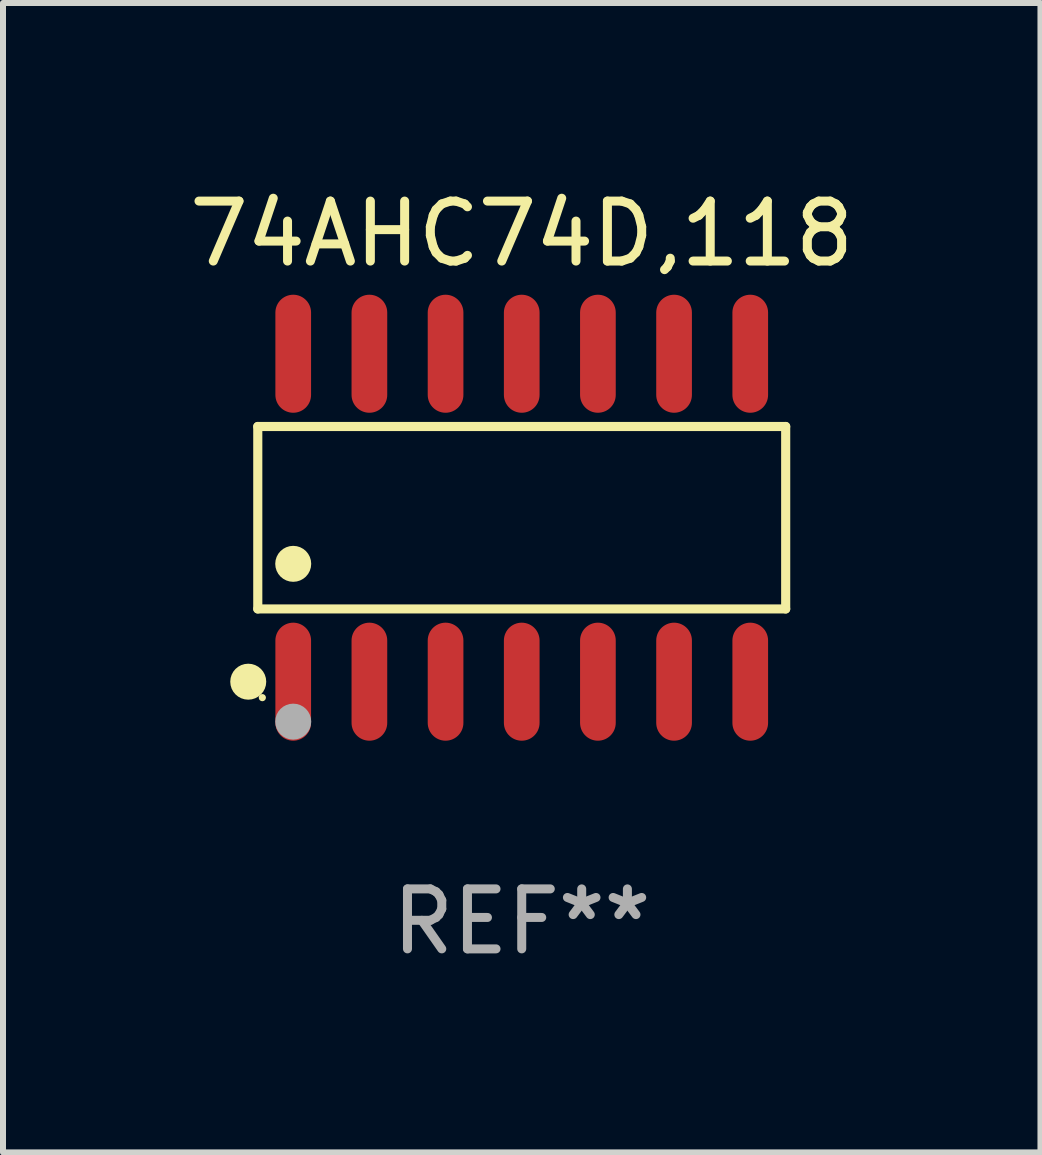
<source format=kicad_pcb>
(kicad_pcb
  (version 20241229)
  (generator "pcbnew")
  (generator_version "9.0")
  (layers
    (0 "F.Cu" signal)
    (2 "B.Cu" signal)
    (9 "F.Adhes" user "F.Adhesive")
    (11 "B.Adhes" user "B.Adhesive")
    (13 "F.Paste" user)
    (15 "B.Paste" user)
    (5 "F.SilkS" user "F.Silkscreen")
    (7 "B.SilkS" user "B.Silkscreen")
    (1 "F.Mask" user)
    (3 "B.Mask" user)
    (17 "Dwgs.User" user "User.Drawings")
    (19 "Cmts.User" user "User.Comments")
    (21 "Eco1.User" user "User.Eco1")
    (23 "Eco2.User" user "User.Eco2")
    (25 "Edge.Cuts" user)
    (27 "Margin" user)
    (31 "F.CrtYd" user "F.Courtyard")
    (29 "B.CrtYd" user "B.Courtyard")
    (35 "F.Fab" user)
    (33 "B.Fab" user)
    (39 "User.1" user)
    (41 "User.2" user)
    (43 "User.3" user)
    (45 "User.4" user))
  (footprint "74AHC74D,118"
    (layer "F.Cu")
    (at 5.649 5.582)
    (property "Reference" "74AHC74D,118" (at 0 -4.734 0) (layer "F.SilkS") (effects (font (size 1 1) (thickness 0.15))))
    (attr through_hole)
    (fp_line (start -4.401 -1.521) (end 4.401 -1.521) (stroke (width 0.152) (type solid)) (layer "F.SilkS"))
    (fp_line (start -4.401 1.521) (end -4.401 -1.521) (stroke (width 0.152) (type solid)) (layer "F.SilkS"))
    (fp_line (start 4.401 -1.521) (end 4.401 1.521) (stroke (width 0.152) (type solid)) (layer "F.SilkS"))
    (fp_line (start 4.401 1.521) (end -4.401 1.521) (stroke (width 0.152) (type solid)) (layer "F.SilkS"))
    (fp_circle (center -4.56 2.734) (end -4.41 2.734) (stroke (width 0.3) (type solid)) (fill no) (layer "F.SilkS"))
    (fp_circle (center -4.325 3) (end -4.295 3) (stroke (width 0.06) (type solid)) (fill no) (layer "F.SilkS"))
    (fp_circle (center -3.81 0.769) (end -3.66 0.769) (stroke (width 0.3) (type solid)) (fill no) (layer "F.SilkS"))
    (fp_circle (center -3.81 3.4) (end -3.66 3.4) (stroke (width 0.3) (type solid)) (fill no) (layer "F.Fab"))
    (fp_text user "REF**" (at 0 6.734 0) (layer "F.Fab") (effects (font (size 1 1) (thickness 0.15))))
    (pad "1" smd oval (at -3.81 2.734) (size 0.595 1.968) (layers "F.Cu" "F.Mask" "F.Paste"))
    (pad "2" smd oval (at -2.54 2.734) (size 0.595 1.968) (layers "F.Cu" "F.Mask" "F.Paste"))
    (pad "3" smd oval (at -1.27 2.734) (size 0.595 1.968) (layers "F.Cu" "F.Mask" "F.Paste"))
    (pad "4" smd oval (at 0 2.734) (size 0.595 1.968) (layers "F.Cu" "F.Mask" "F.Paste"))
    (pad "5" smd oval (at 1.27 2.734) (size 0.595 1.968) (layers "F.Cu" "F.Mask" "F.Paste"))
    (pad "6" smd oval (at 2.54 2.734) (size 0.595 1.968) (layers "F.Cu" "F.Mask" "F.Paste"))
    (pad "7" smd oval (at 3.81 2.734) (size 0.595 1.968) (layers "F.Cu" "F.Mask" "F.Paste"))
    (pad "8" smd oval (at 3.81 -2.734) (size 0.595 1.968) (layers "F.Cu" "F.Mask" "F.Paste"))
    (pad "9" smd oval (at 2.54 -2.734) (size 0.595 1.968) (layers "F.Cu" "F.Mask" "F.Paste"))
    (pad "10" smd oval (at 1.27 -2.734) (size 0.595 1.968) (layers "F.Cu" "F.Mask" "F.Paste"))
    (pad "11" smd oval (at 0 -2.734) (size 0.595 1.968) (layers "F.Cu" "F.Mask" "F.Paste"))
    (pad "12" smd oval (at -1.27 -2.734) (size 0.595 1.968) (layers "F.Cu" "F.Mask" "F.Paste"))
    (pad "13" smd oval (at -2.54 -2.734) (size 0.595 1.968) (layers "F.Cu" "F.Mask" "F.Paste"))
    (pad "14" smd oval (at -3.81 -2.734) (size 0.595 1.968) (layers "F.Cu" "F.Mask" "F.Paste")))
  (gr_rect
    (start -3 -3)
    (end 14.298 16.164)
    (stroke (width 0.1) (type default))
    (fill no)
    (layer "Edge.Cuts")))
</source>
